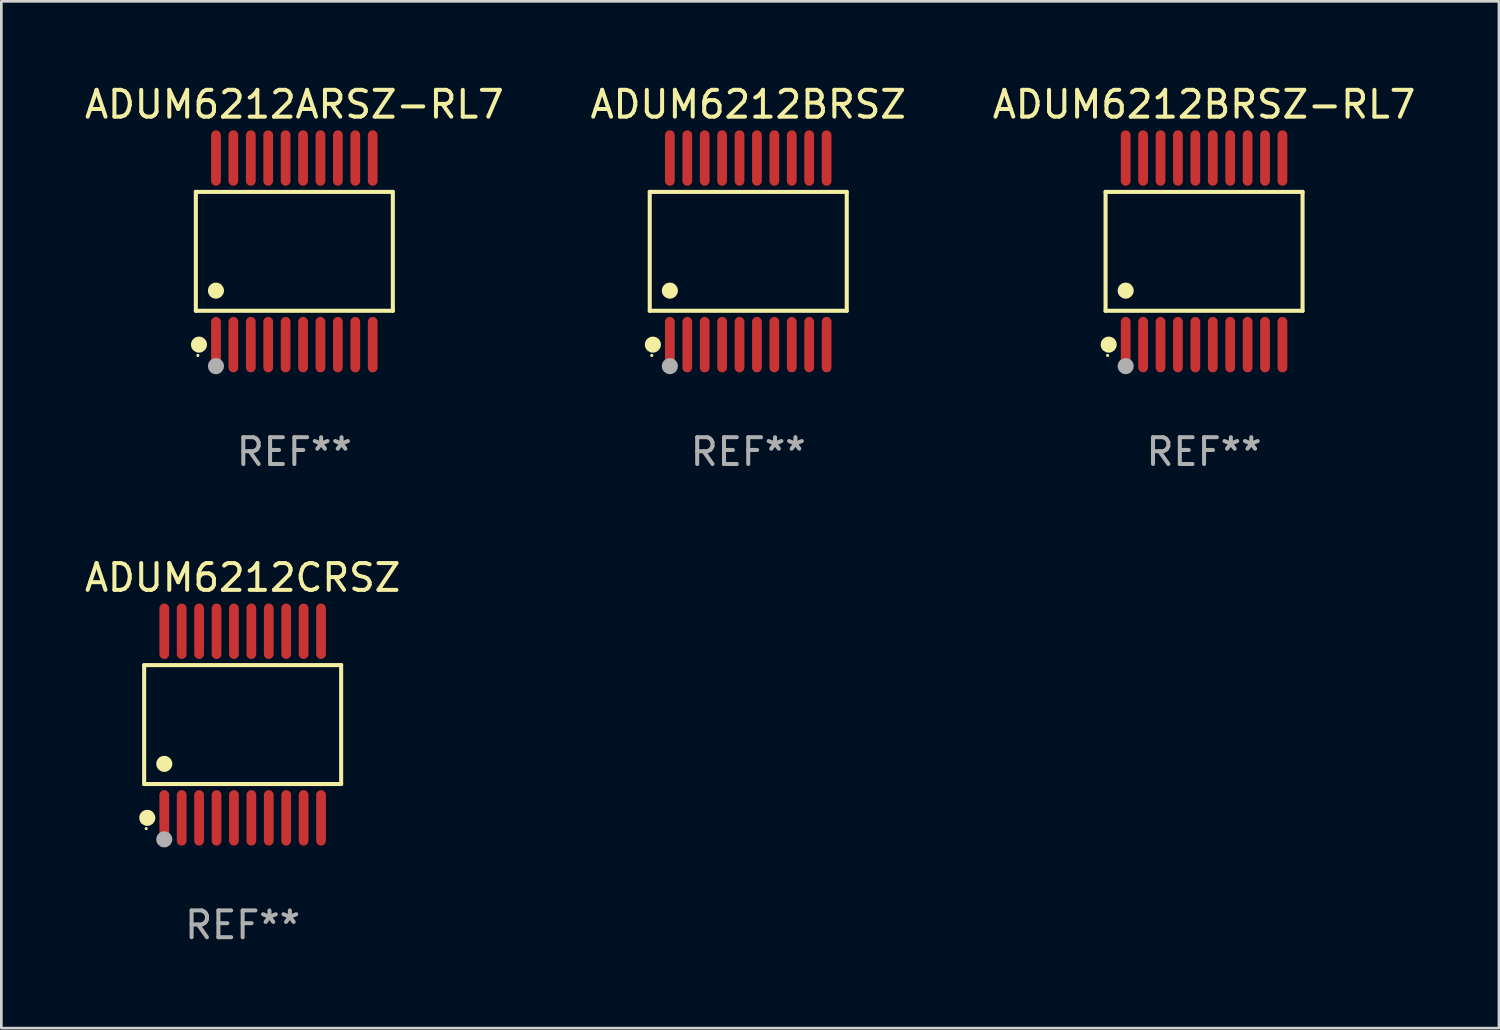
<source format=kicad_pcb>
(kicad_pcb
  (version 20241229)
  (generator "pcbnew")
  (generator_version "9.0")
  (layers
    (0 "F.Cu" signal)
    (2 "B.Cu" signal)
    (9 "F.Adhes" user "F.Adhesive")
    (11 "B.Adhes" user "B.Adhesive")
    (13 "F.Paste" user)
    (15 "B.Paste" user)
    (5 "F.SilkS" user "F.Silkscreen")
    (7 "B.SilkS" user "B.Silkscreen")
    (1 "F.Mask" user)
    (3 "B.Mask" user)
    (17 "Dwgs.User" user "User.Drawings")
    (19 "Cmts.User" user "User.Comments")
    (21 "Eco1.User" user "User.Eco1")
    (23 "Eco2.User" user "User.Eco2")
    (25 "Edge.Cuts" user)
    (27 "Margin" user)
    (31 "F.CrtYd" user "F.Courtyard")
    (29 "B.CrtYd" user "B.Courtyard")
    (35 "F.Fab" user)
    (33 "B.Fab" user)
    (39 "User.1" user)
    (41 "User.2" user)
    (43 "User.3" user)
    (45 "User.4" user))
  (footprint "ADUM6212ARSZ-RL7"
    (layer "F.Cu")
    (at 7.935 6.33)
    (property "Reference" "ADUM6212ARSZ-RL7" (at 0 -5.482 0) (layer "F.SilkS") (effects (font (size 1 1) (thickness 0.15))))
    (attr through_hole)
    (fp_line (start -3.676 -2.219) (end 3.676 -2.219) (stroke (width 0.152) (type solid)) (layer "F.SilkS"))
    (fp_line (start -3.676 2.219) (end -3.676 -2.219) (stroke (width 0.152) (type solid)) (layer "F.SilkS"))
    (fp_line (start 3.676 -2.219) (end 3.676 2.219) (stroke (width 0.152) (type solid)) (layer "F.SilkS"))
    (fp_line (start 3.676 2.219) (end -3.676 2.219) (stroke (width 0.152) (type solid)) (layer "F.SilkS"))
    (fp_circle (center -3.6 3.885) (end -3.57 3.885) (stroke (width 0.06) (type solid)) (fill no) (layer "F.SilkS"))
    (fp_circle (center -3.559 3.482) (end -3.409 3.482) (stroke (width 0.3) (type solid)) (fill no) (layer "F.SilkS"))
    (fp_circle (center -2.925 1.467) (end -2.775 1.467) (stroke (width 0.3) (type solid)) (fill no) (layer "F.SilkS"))
    (fp_circle (center -2.925 4.285) (end -2.775 4.285) (stroke (width 0.3) (type solid)) (fill no) (layer "F.Fab"))
    (fp_text user "REF**" (at 0 7.482 0) (layer "F.Fab") (effects (font (size 1 1) (thickness 0.15))))
    (pad "1" smd oval (at -2.925 3.482) (size 0.364 2.069) (layers "F.Cu" "F.Mask" "F.Paste"))
    (pad "2" smd oval (at -2.275 3.482) (size 0.364 2.069) (layers "F.Cu" "F.Mask" "F.Paste"))
    (pad "3" smd oval (at -1.625 3.482) (size 0.364 2.069) (layers "F.Cu" "F.Mask" "F.Paste"))
    (pad "4" smd oval (at -0.975 3.482) (size 0.364 2.069) (layers "F.Cu" "F.Mask" "F.Paste"))
    (pad "5" smd oval (at -0.325 3.482) (size 0.364 2.069) (layers "F.Cu" "F.Mask" "F.Paste"))
    (pad "6" smd oval (at 0.325 3.482) (size 0.364 2.069) (layers "F.Cu" "F.Mask" "F.Paste"))
    (pad "7" smd oval (at 0.975 3.482) (size 0.364 2.069) (layers "F.Cu" "F.Mask" "F.Paste"))
    (pad "8" smd oval (at 1.625 3.482) (size 0.364 2.069) (layers "F.Cu" "F.Mask" "F.Paste"))
    (pad "9" smd oval (at 2.275 3.482) (size 0.364 2.069) (layers "F.Cu" "F.Mask" "F.Paste"))
    (pad "10" smd oval (at 2.925 3.482) (size 0.364 2.069) (layers "F.Cu" "F.Mask" "F.Paste"))
    (pad "11" smd oval (at 2.925 -3.482) (size 0.364 2.069) (layers "F.Cu" "F.Mask" "F.Paste"))
    (pad "12" smd oval (at 2.275 -3.482) (size 0.364 2.069) (layers "F.Cu" "F.Mask" "F.Paste"))
    (pad "13" smd oval (at 1.625 -3.482) (size 0.364 2.069) (layers "F.Cu" "F.Mask" "F.Paste"))
    (pad "14" smd oval (at 0.975 -3.482) (size 0.364 2.069) (layers "F.Cu" "F.Mask" "F.Paste"))
    (pad "15" smd oval (at 0.325 -3.482) (size 0.364 2.069) (layers "F.Cu" "F.Mask" "F.Paste"))
    (pad "16" smd oval (at -0.325 -3.482) (size 0.364 2.069) (layers "F.Cu" "F.Mask" "F.Paste"))
    (pad "17" smd oval (at -0.975 -3.482) (size 0.364 2.069) (layers "F.Cu" "F.Mask" "F.Paste"))
    (pad "18" smd oval (at -1.625 -3.482) (size 0.364 2.069) (layers "F.Cu" "F.Mask" "F.Paste"))
    (pad "19" smd oval (at -2.275 -3.482) (size 0.364 2.069) (layers "F.Cu" "F.Mask" "F.Paste"))
    (pad "20" smd oval (at -2.925 -3.482) (size 0.364 2.069) (layers "F.Cu" "F.Mask" "F.Paste")))
  (footprint "ADUM6212CRSZ"
    (layer "F.Cu")
    (at 6.006 23.991)
    (property "Reference" "ADUM6212CRSZ" (at 0 -5.482 0) (layer "F.SilkS") (effects (font (size 1 1) (thickness 0.15))))
    (attr through_hole)
    (fp_line (start -3.676 -2.219) (end 3.676 -2.219) (stroke (width 0.152) (type solid)) (layer "F.SilkS"))
    (fp_line (start -3.676 2.219) (end -3.676 -2.219) (stroke (width 0.152) (type solid)) (layer "F.SilkS"))
    (fp_line (start 3.676 -2.219) (end 3.676 2.219) (stroke (width 0.152) (type solid)) (layer "F.SilkS"))
    (fp_line (start 3.676 2.219) (end -3.676 2.219) (stroke (width 0.152) (type solid)) (layer "F.SilkS"))
    (fp_circle (center -3.6 3.885) (end -3.57 3.885) (stroke (width 0.06) (type solid)) (fill no) (layer "F.SilkS"))
    (fp_circle (center -3.559 3.482) (end -3.409 3.482) (stroke (width 0.3) (type solid)) (fill no) (layer "F.SilkS"))
    (fp_circle (center -2.925 1.467) (end -2.775 1.467) (stroke (width 0.3) (type solid)) (fill no) (layer "F.SilkS"))
    (fp_circle (center -2.925 4.285) (end -2.775 4.285) (stroke (width 0.3) (type solid)) (fill no) (layer "F.Fab"))
    (fp_text user "REF**" (at 0 7.482 0) (layer "F.Fab") (effects (font (size 1 1) (thickness 0.15))))
    (pad "1" smd oval (at -2.925 3.482) (size 0.364 2.069) (layers "F.Cu" "F.Mask" "F.Paste"))
    (pad "2" smd oval (at -2.275 3.482) (size 0.364 2.069) (layers "F.Cu" "F.Mask" "F.Paste"))
    (pad "3" smd oval (at -1.625 3.482) (size 0.364 2.069) (layers "F.Cu" "F.Mask" "F.Paste"))
    (pad "4" smd oval (at -0.975 3.482) (size 0.364 2.069) (layers "F.Cu" "F.Mask" "F.Paste"))
    (pad "5" smd oval (at -0.325 3.482) (size 0.364 2.069) (layers "F.Cu" "F.Mask" "F.Paste"))
    (pad "6" smd oval (at 0.325 3.482) (size 0.364 2.069) (layers "F.Cu" "F.Mask" "F.Paste"))
    (pad "7" smd oval (at 0.975 3.482) (size 0.364 2.069) (layers "F.Cu" "F.Mask" "F.Paste"))
    (pad "8" smd oval (at 1.625 3.482) (size 0.364 2.069) (layers "F.Cu" "F.Mask" "F.Paste"))
    (pad "9" smd oval (at 2.275 3.482) (size 0.364 2.069) (layers "F.Cu" "F.Mask" "F.Paste"))
    (pad "10" smd oval (at 2.925 3.482) (size 0.364 2.069) (layers "F.Cu" "F.Mask" "F.Paste"))
    (pad "11" smd oval (at 2.925 -3.482) (size 0.364 2.069) (layers "F.Cu" "F.Mask" "F.Paste"))
    (pad "12" smd oval (at 2.275 -3.482) (size 0.364 2.069) (layers "F.Cu" "F.Mask" "F.Paste"))
    (pad "13" smd oval (at 1.625 -3.482) (size 0.364 2.069) (layers "F.Cu" "F.Mask" "F.Paste"))
    (pad "14" smd oval (at 0.975 -3.482) (size 0.364 2.069) (layers "F.Cu" "F.Mask" "F.Paste"))
    (pad "15" smd oval (at 0.325 -3.482) (size 0.364 2.069) (layers "F.Cu" "F.Mask" "F.Paste"))
    (pad "16" smd oval (at -0.325 -3.482) (size 0.364 2.069) (layers "F.Cu" "F.Mask" "F.Paste"))
    (pad "17" smd oval (at -0.975 -3.482) (size 0.364 2.069) (layers "F.Cu" "F.Mask" "F.Paste"))
    (pad "18" smd oval (at -1.625 -3.482) (size 0.364 2.069) (layers "F.Cu" "F.Mask" "F.Paste"))
    (pad "19" smd oval (at -2.275 -3.482) (size 0.364 2.069) (layers "F.Cu" "F.Mask" "F.Paste"))
    (pad "20" smd oval (at -2.925 -3.482) (size 0.364 2.069) (layers "F.Cu" "F.Mask" "F.Paste")))
  (footprint "ADUM6212BRSZ"
    (layer "F.Cu")
    (at 24.875 6.33)
    (property "Reference" "ADUM6212BRSZ" (at 0 -5.482 0) (layer "F.SilkS") (effects (font (size 1 1) (thickness 0.15))))
    (attr through_hole)
    (fp_line (start -3.676 -2.219) (end 3.676 -2.219) (stroke (width 0.152) (type solid)) (layer "F.SilkS"))
    (fp_line (start -3.676 2.219) (end -3.676 -2.219) (stroke (width 0.152) (type solid)) (layer "F.SilkS"))
    (fp_line (start 3.676 -2.219) (end 3.676 2.219) (stroke (width 0.152) (type solid)) (layer "F.SilkS"))
    (fp_line (start 3.676 2.219) (end -3.676 2.219) (stroke (width 0.152) (type solid)) (layer "F.SilkS"))
    (fp_circle (center -3.6 3.885) (end -3.57 3.885) (stroke (width 0.06) (type solid)) (fill no) (layer "F.SilkS"))
    (fp_circle (center -3.559 3.482) (end -3.409 3.482) (stroke (width 0.3) (type solid)) (fill no) (layer "F.SilkS"))
    (fp_circle (center -2.925 1.467) (end -2.775 1.467) (stroke (width 0.3) (type solid)) (fill no) (layer "F.SilkS"))
    (fp_circle (center -2.925 4.285) (end -2.775 4.285) (stroke (width 0.3) (type solid)) (fill no) (layer "F.Fab"))
    (fp_text user "REF**" (at 0 7.482 0) (layer "F.Fab") (effects (font (size 1 1) (thickness 0.15))))
    (pad "1" smd oval (at -2.925 3.482) (size 0.364 2.069) (layers "F.Cu" "F.Mask" "F.Paste"))
    (pad "2" smd oval (at -2.275 3.482) (size 0.364 2.069) (layers "F.Cu" "F.Mask" "F.Paste"))
    (pad "3" smd oval (at -1.625 3.482) (size 0.364 2.069) (layers "F.Cu" "F.Mask" "F.Paste"))
    (pad "4" smd oval (at -0.975 3.482) (size 0.364 2.069) (layers "F.Cu" "F.Mask" "F.Paste"))
    (pad "5" smd oval (at -0.325 3.482) (size 0.364 2.069) (layers "F.Cu" "F.Mask" "F.Paste"))
    (pad "6" smd oval (at 0.325 3.482) (size 0.364 2.069) (layers "F.Cu" "F.Mask" "F.Paste"))
    (pad "7" smd oval (at 0.975 3.482) (size 0.364 2.069) (layers "F.Cu" "F.Mask" "F.Paste"))
    (pad "8" smd oval (at 1.625 3.482) (size 0.364 2.069) (layers "F.Cu" "F.Mask" "F.Paste"))
    (pad "9" smd oval (at 2.275 3.482) (size 0.364 2.069) (layers "F.Cu" "F.Mask" "F.Paste"))
    (pad "10" smd oval (at 2.925 3.482) (size 0.364 2.069) (layers "F.Cu" "F.Mask" "F.Paste"))
    (pad "11" smd oval (at 2.925 -3.482) (size 0.364 2.069) (layers "F.Cu" "F.Mask" "F.Paste"))
    (pad "12" smd oval (at 2.275 -3.482) (size 0.364 2.069) (layers "F.Cu" "F.Mask" "F.Paste"))
    (pad "13" smd oval (at 1.625 -3.482) (size 0.364 2.069) (layers "F.Cu" "F.Mask" "F.Paste"))
    (pad "14" smd oval (at 0.975 -3.482) (size 0.364 2.069) (layers "F.Cu" "F.Mask" "F.Paste"))
    (pad "15" smd oval (at 0.325 -3.482) (size 0.364 2.069) (layers "F.Cu" "F.Mask" "F.Paste"))
    (pad "16" smd oval (at -0.325 -3.482) (size 0.364 2.069) (layers "F.Cu" "F.Mask" "F.Paste"))
    (pad "17" smd oval (at -0.975 -3.482) (size 0.364 2.069) (layers "F.Cu" "F.Mask" "F.Paste"))
    (pad "18" smd oval (at -1.625 -3.482) (size 0.364 2.069) (layers "F.Cu" "F.Mask" "F.Paste"))
    (pad "19" smd oval (at -2.275 -3.482) (size 0.364 2.069) (layers "F.Cu" "F.Mask" "F.Paste"))
    (pad "20" smd oval (at -2.925 -3.482) (size 0.364 2.069) (layers "F.Cu" "F.Mask" "F.Paste")))
  (footprint "ADUM6212BRSZ-RL7"
    (layer "F.Cu")
    (at 41.887 6.33)
    (property "Reference" "ADUM6212BRSZ-RL7" (at 0 -5.482 0) (layer "F.SilkS") (effects (font (size 1 1) (thickness 0.15))))
    (attr through_hole)
    (fp_line (start -3.676 -2.219) (end 3.676 -2.219) (stroke (width 0.152) (type solid)) (layer "F.SilkS"))
    (fp_line (start -3.676 2.219) (end -3.676 -2.219) (stroke (width 0.152) (type solid)) (layer "F.SilkS"))
    (fp_line (start 3.676 -2.219) (end 3.676 2.219) (stroke (width 0.152) (type solid)) (layer "F.SilkS"))
    (fp_line (start 3.676 2.219) (end -3.676 2.219) (stroke (width 0.152) (type solid)) (layer "F.SilkS"))
    (fp_circle (center -3.6 3.885) (end -3.57 3.885) (stroke (width 0.06) (type solid)) (fill no) (layer "F.SilkS"))
    (fp_circle (center -3.559 3.482) (end -3.409 3.482) (stroke (width 0.3) (type solid)) (fill no) (layer "F.SilkS"))
    (fp_circle (center -2.925 1.467) (end -2.775 1.467) (stroke (width 0.3) (type solid)) (fill no) (layer "F.SilkS"))
    (fp_circle (center -2.925 4.285) (end -2.775 4.285) (stroke (width 0.3) (type solid)) (fill no) (layer "F.Fab"))
    (fp_text user "REF**" (at 0 7.482 0) (layer "F.Fab") (effects (font (size 1 1) (thickness 0.15))))
    (pad "1" smd oval (at -2.925 3.482) (size 0.364 2.069) (layers "F.Cu" "F.Mask" "F.Paste"))
    (pad "2" smd oval (at -2.275 3.482) (size 0.364 2.069) (layers "F.Cu" "F.Mask" "F.Paste"))
    (pad "3" smd oval (at -1.625 3.482) (size 0.364 2.069) (layers "F.Cu" "F.Mask" "F.Paste"))
    (pad "4" smd oval (at -0.975 3.482) (size 0.364 2.069) (layers "F.Cu" "F.Mask" "F.Paste"))
    (pad "5" smd oval (at -0.325 3.482) (size 0.364 2.069) (layers "F.Cu" "F.Mask" "F.Paste"))
    (pad "6" smd oval (at 0.325 3.482) (size 0.364 2.069) (layers "F.Cu" "F.Mask" "F.Paste"))
    (pad "7" smd oval (at 0.975 3.482) (size 0.364 2.069) (layers "F.Cu" "F.Mask" "F.Paste"))
    (pad "8" smd oval (at 1.625 3.482) (size 0.364 2.069) (layers "F.Cu" "F.Mask" "F.Paste"))
    (pad "9" smd oval (at 2.275 3.482) (size 0.364 2.069) (layers "F.Cu" "F.Mask" "F.Paste"))
    (pad "10" smd oval (at 2.925 3.482) (size 0.364 2.069) (layers "F.Cu" "F.Mask" "F.Paste"))
    (pad "11" smd oval (at 2.925 -3.482) (size 0.364 2.069) (layers "F.Cu" "F.Mask" "F.Paste"))
    (pad "12" smd oval (at 2.275 -3.482) (size 0.364 2.069) (layers "F.Cu" "F.Mask" "F.Paste"))
    (pad "13" smd oval (at 1.625 -3.482) (size 0.364 2.069) (layers "F.Cu" "F.Mask" "F.Paste"))
    (pad "14" smd oval (at 0.975 -3.482) (size 0.364 2.069) (layers "F.Cu" "F.Mask" "F.Paste"))
    (pad "15" smd oval (at 0.325 -3.482) (size 0.364 2.069) (layers "F.Cu" "F.Mask" "F.Paste"))
    (pad "16" smd oval (at -0.325 -3.482) (size 0.364 2.069) (layers "F.Cu" "F.Mask" "F.Paste"))
    (pad "17" smd oval (at -0.975 -3.482) (size 0.364 2.069) (layers "F.Cu" "F.Mask" "F.Paste"))
    (pad "18" smd oval (at -1.625 -3.482) (size 0.364 2.069) (layers "F.Cu" "F.Mask" "F.Paste"))
    (pad "19" smd oval (at -2.275 -3.482) (size 0.364 2.069) (layers "F.Cu" "F.Mask" "F.Paste"))
    (pad "20" smd oval (at -2.925 -3.482) (size 0.364 2.069) (layers "F.Cu" "F.Mask" "F.Paste")))
  (gr_rect
    (start -3 -3)
    (end 52.893 35.321)
    (stroke (width 0.1) (type default))
    (fill no)
    (layer "Edge.Cuts")))
</source>
